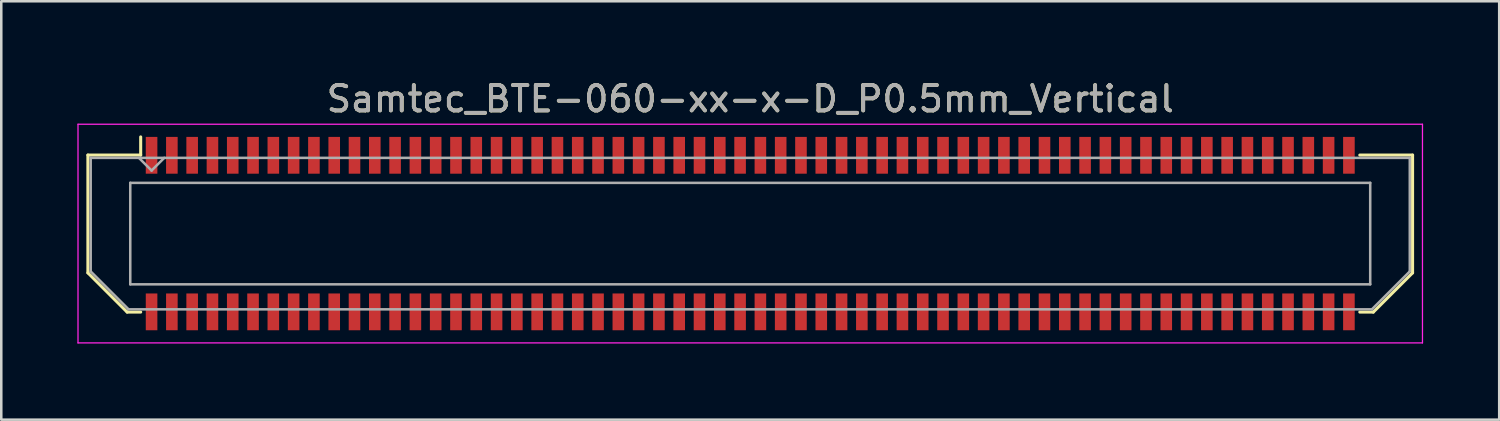
<source format=kicad_pcb>
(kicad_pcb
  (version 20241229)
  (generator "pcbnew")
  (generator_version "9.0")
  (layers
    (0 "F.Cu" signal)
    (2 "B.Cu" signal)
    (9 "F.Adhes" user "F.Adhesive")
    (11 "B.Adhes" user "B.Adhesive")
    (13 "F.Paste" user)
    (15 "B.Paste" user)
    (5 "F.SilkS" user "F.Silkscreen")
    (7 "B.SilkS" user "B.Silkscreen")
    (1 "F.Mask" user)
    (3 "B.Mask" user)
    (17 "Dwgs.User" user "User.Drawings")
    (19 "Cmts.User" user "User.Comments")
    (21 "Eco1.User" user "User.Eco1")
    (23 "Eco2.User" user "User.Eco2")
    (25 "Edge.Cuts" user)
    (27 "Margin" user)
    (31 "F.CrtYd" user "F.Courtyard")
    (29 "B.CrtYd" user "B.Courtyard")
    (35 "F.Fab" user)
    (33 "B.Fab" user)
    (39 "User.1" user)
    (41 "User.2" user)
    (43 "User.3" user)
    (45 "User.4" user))
  (footprint "Samtec_BTE-060-xx-x-D_P0.5mm_Vertical"
    (layer "F.Cu")
    (at 26.525 6.158)
    (property "Reference" "Samtec_BTE-060-xx-x-D_P0.5mm_Vertical" (at 0 -5.31 0) (layer "F.SilkS") (effects (font (size 1 1) (thickness 0.15))))
    (attr smd)
    (fp_line (start -26.11 -3.095) (end -26.11 1.548) (stroke (width 0.12) (type solid)) (layer "F.SilkS"))
    (fp_line (start -26.11 1.548) (end -24.562 3.095) (stroke (width 0.12) (type solid)) (layer "F.SilkS"))
    (fp_line (start -24.562 3.095) (end -24.029 3.095) (stroke (width 0.12) (type solid)) (layer "F.SilkS"))
    (fp_line (start -24.029 -3.811) (end -24.029 -3.095) (stroke (width 0.12) (type solid)) (layer "F.SilkS"))
    (fp_line (start -24.029 -3.095) (end -26.11 -3.095) (stroke (width 0.12) (type solid)) (layer "F.SilkS"))
    (fp_line (start 24.029 -3.095) (end 26.11 -3.095) (stroke (width 0.12) (type solid)) (layer "F.SilkS"))
    (fp_line (start 24.562 3.095) (end 24.029 3.095) (stroke (width 0.12) (type solid)) (layer "F.SilkS"))
    (fp_line (start 26.11 -3.095) (end 26.11 1.548) (stroke (width 0.12) (type solid)) (layer "F.SilkS"))
    (fp_line (start 26.11 1.548) (end 24.562 3.095) (stroke (width 0.12) (type solid)) (layer "F.SilkS"))
    (fp_line (start -26.5 -4.31) (end -26.5 4.31) (stroke (width 0.05) (type solid)) (layer "F.CrtYd"))
    (fp_line (start -26.5 4.31) (end 26.5 4.31) (stroke (width 0.05) (type solid)) (layer "F.CrtYd"))
    (fp_line (start 26.5 -4.31) (end -26.5 -4.31) (stroke (width 0.05) (type solid)) (layer "F.CrtYd"))
    (fp_line (start 26.5 4.31) (end 26.5 -4.31) (stroke (width 0.05) (type solid)) (layer "F.CrtYd"))
    (fp_line (start -26 -2.985) (end -26 1.492) (stroke (width 0.1) (type solid)) (layer "F.Fab"))
    (fp_line (start -26 -2.985) (end 26 -2.985) (stroke (width 0.1) (type solid)) (layer "F.Fab"))
    (fp_line (start -26 1.492) (end -24.508 2.985) (stroke (width 0.1) (type solid)) (layer "F.Fab"))
    (fp_line (start -24.508 2.985) (end 24.508 2.985) (stroke (width 0.1) (type solid)) (layer "F.Fab"))
    (fp_line (start -24.44 -2) (end -24.44 2) (stroke (width 0.1) (type solid)) (layer "F.Fab"))
    (fp_line (start -24.44 2) (end 24.44 2) (stroke (width 0.1) (type solid)) (layer "F.Fab"))
    (fp_line (start -23.6 -2.485) (end -24.1 -2.985) (stroke (width 0.1) (type solid)) (layer "F.Fab"))
    (fp_line (start -23.1 -2.985) (end -23.6 -2.485) (stroke (width 0.1) (type solid)) (layer "F.Fab"))
    (fp_line (start 24.44 -2) (end -24.44 -2) (stroke (width 0.1) (type solid)) (layer "F.Fab"))
    (fp_line (start 24.44 2) (end 24.44 -2) (stroke (width 0.1) (type solid)) (layer "F.Fab"))
    (fp_line (start 26 -2.985) (end 26 1.492) (stroke (width 0.1) (type solid)) (layer "F.Fab"))
    (fp_line (start 26 1.492) (end 24.508 2.985) (stroke (width 0.1) (type solid)) (layer "F.Fab"))
    (fp_text user "${REFERENCE}" (at 0 -5.31 0) (layer "F.Fab") (effects (font (size 1 1) (thickness 0.15))))
    (pad "1" smd rect (at -23.6 -3.086) (size 0.457 1.45) (layers "F.Cu" "F.Mask" "F.Paste"))
    (pad "2" smd rect (at -23.6 3.086) (size 0.457 1.45) (layers "F.Cu" "F.Mask" "F.Paste"))
    (pad "3" smd rect (at -22.8 -3.086) (size 0.457 1.45) (layers "F.Cu" "F.Mask" "F.Paste"))
    (pad "4" smd rect (at -22.8 3.086) (size 0.457 1.45) (layers "F.Cu" "F.Mask" "F.Paste"))
    (pad "5" smd rect (at -22 -3.086) (size 0.457 1.45) (layers "F.Cu" "F.Mask" "F.Paste"))
    (pad "6" smd rect (at -22 3.086) (size 0.457 1.45) (layers "F.Cu" "F.Mask" "F.Paste"))
    (pad "7" smd rect (at -21.2 -3.086) (size 0.457 1.45) (layers "F.Cu" "F.Mask" "F.Paste"))
    (pad "8" smd rect (at -21.2 3.086) (size 0.457 1.45) (layers "F.Cu" "F.Mask" "F.Paste"))
    (pad "9" smd rect (at -20.4 -3.086) (size 0.457 1.45) (layers "F.Cu" "F.Mask" "F.Paste"))
    (pad "10" smd rect (at -20.4 3.086) (size 0.457 1.45) (layers "F.Cu" "F.Mask" "F.Paste"))
    (pad "11" smd rect (at -19.6 -3.086) (size 0.457 1.45) (layers "F.Cu" "F.Mask" "F.Paste"))
    (pad "12" smd rect (at -19.6 3.086) (size 0.457 1.45) (layers "F.Cu" "F.Mask" "F.Paste"))
    (pad "13" smd rect (at -18.8 -3.086) (size 0.457 1.45) (layers "F.Cu" "F.Mask" "F.Paste"))
    (pad "14" smd rect (at -18.8 3.086) (size 0.457 1.45) (layers "F.Cu" "F.Mask" "F.Paste"))
    (pad "15" smd rect (at -18 -3.086) (size 0.457 1.45) (layers "F.Cu" "F.Mask" "F.Paste"))
    (pad "16" smd rect (at -18 3.086) (size 0.457 1.45) (layers "F.Cu" "F.Mask" "F.Paste"))
    (pad "17" smd rect (at -17.2 -3.086) (size 0.457 1.45) (layers "F.Cu" "F.Mask" "F.Paste"))
    (pad "18" smd rect (at -17.2 3.086) (size 0.457 1.45) (layers "F.Cu" "F.Mask" "F.Paste"))
    (pad "19" smd rect (at -16.4 -3.086) (size 0.457 1.45) (layers "F.Cu" "F.Mask" "F.Paste"))
    (pad "20" smd rect (at -16.4 3.086) (size 0.457 1.45) (layers "F.Cu" "F.Mask" "F.Paste"))
    (pad "21" smd rect (at -15.6 -3.086) (size 0.457 1.45) (layers "F.Cu" "F.Mask" "F.Paste"))
    (pad "22" smd rect (at -15.6 3.086) (size 0.457 1.45) (layers "F.Cu" "F.Mask" "F.Paste"))
    (pad "23" smd rect (at -14.8 -3.086) (size 0.457 1.45) (layers "F.Cu" "F.Mask" "F.Paste"))
    (pad "24" smd rect (at -14.8 3.086) (size 0.457 1.45) (layers "F.Cu" "F.Mask" "F.Paste"))
    (pad "25" smd rect (at -14 -3.086) (size 0.457 1.45) (layers "F.Cu" "F.Mask" "F.Paste"))
    (pad "26" smd rect (at -14 3.086) (size 0.457 1.45) (layers "F.Cu" "F.Mask" "F.Paste"))
    (pad "27" smd rect (at -13.2 -3.086) (size 0.457 1.45) (layers "F.Cu" "F.Mask" "F.Paste"))
    (pad "28" smd rect (at -13.2 3.086) (size 0.457 1.45) (layers "F.Cu" "F.Mask" "F.Paste"))
    (pad "29" smd rect (at -12.4 -3.086) (size 0.457 1.45) (layers "F.Cu" "F.Mask" "F.Paste"))
    (pad "30" smd rect (at -12.4 3.086) (size 0.457 1.45) (layers "F.Cu" "F.Mask" "F.Paste"))
    (pad "31" smd rect (at -11.6 -3.086) (size 0.457 1.45) (layers "F.Cu" "F.Mask" "F.Paste"))
    (pad "32" smd rect (at -11.6 3.086) (size 0.457 1.45) (layers "F.Cu" "F.Mask" "F.Paste"))
    (pad "33" smd rect (at -10.8 -3.086) (size 0.457 1.45) (layers "F.Cu" "F.Mask" "F.Paste"))
    (pad "34" smd rect (at -10.8 3.086) (size 0.457 1.45) (layers "F.Cu" "F.Mask" "F.Paste"))
    (pad "35" smd rect (at -10 -3.086) (size 0.457 1.45) (layers "F.Cu" "F.Mask" "F.Paste"))
    (pad "36" smd rect (at -10 3.086) (size 0.457 1.45) (layers "F.Cu" "F.Mask" "F.Paste"))
    (pad "37" smd rect (at -9.2 -3.086) (size 0.457 1.45) (layers "F.Cu" "F.Mask" "F.Paste"))
    (pad "38" smd rect (at -9.2 3.086) (size 0.457 1.45) (layers "F.Cu" "F.Mask" "F.Paste"))
    (pad "39" smd rect (at -8.4 -3.086) (size 0.457 1.45) (layers "F.Cu" "F.Mask" "F.Paste"))
    (pad "40" smd rect (at -8.4 3.086) (size 0.457 1.45) (layers "F.Cu" "F.Mask" "F.Paste"))
    (pad "41" smd rect (at -7.6 -3.086) (size 0.457 1.45) (layers "F.Cu" "F.Mask" "F.Paste"))
    (pad "42" smd rect (at -7.6 3.086) (size 0.457 1.45) (layers "F.Cu" "F.Mask" "F.Paste"))
    (pad "43" smd rect (at -6.8 -3.086) (size 0.457 1.45) (layers "F.Cu" "F.Mask" "F.Paste"))
    (pad "44" smd rect (at -6.8 3.086) (size 0.457 1.45) (layers "F.Cu" "F.Mask" "F.Paste"))
    (pad "45" smd rect (at -6 -3.086) (size 0.457 1.45) (layers "F.Cu" "F.Mask" "F.Paste"))
    (pad "46" smd rect (at -6 3.086) (size 0.457 1.45) (layers "F.Cu" "F.Mask" "F.Paste"))
    (pad "47" smd rect (at -5.2 -3.086) (size 0.457 1.45) (layers "F.Cu" "F.Mask" "F.Paste"))
    (pad "48" smd rect (at -5.2 3.086) (size 0.457 1.45) (layers "F.Cu" "F.Mask" "F.Paste"))
    (pad "49" smd rect (at -4.4 -3.086) (size 0.457 1.45) (layers "F.Cu" "F.Mask" "F.Paste"))
    (pad "50" smd rect (at -4.4 3.086) (size 0.457 1.45) (layers "F.Cu" "F.Mask" "F.Paste"))
    (pad "51" smd rect (at -3.6 -3.086) (size 0.457 1.45) (layers "F.Cu" "F.Mask" "F.Paste"))
    (pad "52" smd rect (at -3.6 3.086) (size 0.457 1.45) (layers "F.Cu" "F.Mask" "F.Paste"))
    (pad "53" smd rect (at -2.8 -3.086) (size 0.457 1.45) (layers "F.Cu" "F.Mask" "F.Paste"))
    (pad "54" smd rect (at -2.8 3.086) (size 0.457 1.45) (layers "F.Cu" "F.Mask" "F.Paste"))
    (pad "55" smd rect (at -2 -3.086) (size 0.457 1.45) (layers "F.Cu" "F.Mask" "F.Paste"))
    (pad "56" smd rect (at -2 3.086) (size 0.457 1.45) (layers "F.Cu" "F.Mask" "F.Paste"))
    (pad "57" smd rect (at -1.2 -3.086) (size 0.457 1.45) (layers "F.Cu" "F.Mask" "F.Paste"))
    (pad "58" smd rect (at -1.2 3.086) (size 0.457 1.45) (layers "F.Cu" "F.Mask" "F.Paste"))
    (pad "59" smd rect (at -0.4 -3.086) (size 0.457 1.45) (layers "F.Cu" "F.Mask" "F.Paste"))
    (pad "60" smd rect (at -0.4 3.086) (size 0.457 1.45) (layers "F.Cu" "F.Mask" "F.Paste"))
    (pad "61" smd rect (at 0.4 -3.086) (size 0.457 1.45) (layers "F.Cu" "F.Mask" "F.Paste"))
    (pad "62" smd rect (at 0.4 3.086) (size 0.457 1.45) (layers "F.Cu" "F.Mask" "F.Paste"))
    (pad "63" smd rect (at 1.2 -3.086) (size 0.457 1.45) (layers "F.Cu" "F.Mask" "F.Paste"))
    (pad "64" smd rect (at 1.2 3.086) (size 0.457 1.45) (layers "F.Cu" "F.Mask" "F.Paste"))
    (pad "65" smd rect (at 2 -3.086) (size 0.457 1.45) (layers "F.Cu" "F.Mask" "F.Paste"))
    (pad "66" smd rect (at 2 3.086) (size 0.457 1.45) (layers "F.Cu" "F.Mask" "F.Paste"))
    (pad "67" smd rect (at 2.8 -3.086) (size 0.457 1.45) (layers "F.Cu" "F.Mask" "F.Paste"))
    (pad "68" smd rect (at 2.8 3.086) (size 0.457 1.45) (layers "F.Cu" "F.Mask" "F.Paste"))
    (pad "69" smd rect (at 3.6 -3.086) (size 0.457 1.45) (layers "F.Cu" "F.Mask" "F.Paste"))
    (pad "70" smd rect (at 3.6 3.086) (size 0.457 1.45) (layers "F.Cu" "F.Mask" "F.Paste"))
    (pad "71" smd rect (at 4.4 -3.086) (size 0.457 1.45) (layers "F.Cu" "F.Mask" "F.Paste"))
    (pad "72" smd rect (at 4.4 3.086) (size 0.457 1.45) (layers "F.Cu" "F.Mask" "F.Paste"))
    (pad "73" smd rect (at 5.2 -3.086) (size 0.457 1.45) (layers "F.Cu" "F.Mask" "F.Paste"))
    (pad "74" smd rect (at 5.2 3.086) (size 0.457 1.45) (layers "F.Cu" "F.Mask" "F.Paste"))
    (pad "75" smd rect (at 6 -3.086) (size 0.457 1.45) (layers "F.Cu" "F.Mask" "F.Paste"))
    (pad "76" smd rect (at 6 3.086) (size 0.457 1.45) (layers "F.Cu" "F.Mask" "F.Paste"))
    (pad "77" smd rect (at 6.8 -3.086) (size 0.457 1.45) (layers "F.Cu" "F.Mask" "F.Paste"))
    (pad "78" smd rect (at 6.8 3.086) (size 0.457 1.45) (layers "F.Cu" "F.Mask" "F.Paste"))
    (pad "79" smd rect (at 7.6 -3.086) (size 0.457 1.45) (layers "F.Cu" "F.Mask" "F.Paste"))
    (pad "80" smd rect (at 7.6 3.086) (size 0.457 1.45) (layers "F.Cu" "F.Mask" "F.Paste"))
    (pad "81" smd rect (at 8.4 -3.086) (size 0.457 1.45) (layers "F.Cu" "F.Mask" "F.Paste"))
    (pad "82" smd rect (at 8.4 3.086) (size 0.457 1.45) (layers "F.Cu" "F.Mask" "F.Paste"))
    (pad "83" smd rect (at 9.2 -3.086) (size 0.457 1.45) (layers "F.Cu" "F.Mask" "F.Paste"))
    (pad "84" smd rect (at 9.2 3.086) (size 0.457 1.45) (layers "F.Cu" "F.Mask" "F.Paste"))
    (pad "85" smd rect (at 10 -3.086) (size 0.457 1.45) (layers "F.Cu" "F.Mask" "F.Paste"))
    (pad "86" smd rect (at 10 3.086) (size 0.457 1.45) (layers "F.Cu" "F.Mask" "F.Paste"))
    (pad "87" smd rect (at 10.8 -3.086) (size 0.457 1.45) (layers "F.Cu" "F.Mask" "F.Paste"))
    (pad "88" smd rect (at 10.8 3.086) (size 0.457 1.45) (layers "F.Cu" "F.Mask" "F.Paste"))
    (pad "89" smd rect (at 11.6 -3.086) (size 0.457 1.45) (layers "F.Cu" "F.Mask" "F.Paste"))
    (pad "90" smd rect (at 11.6 3.086) (size 0.457 1.45) (layers "F.Cu" "F.Mask" "F.Paste"))
    (pad "91" smd rect (at 12.4 -3.086) (size 0.457 1.45) (layers "F.Cu" "F.Mask" "F.Paste"))
    (pad "92" smd rect (at 12.4 3.086) (size 0.457 1.45) (layers "F.Cu" "F.Mask" "F.Paste"))
    (pad "93" smd rect (at 13.2 -3.086) (size 0.457 1.45) (layers "F.Cu" "F.Mask" "F.Paste"))
    (pad "94" smd rect (at 13.2 3.086) (size 0.457 1.45) (layers "F.Cu" "F.Mask" "F.Paste"))
    (pad "95" smd rect (at 14 -3.086) (size 0.457 1.45) (layers "F.Cu" "F.Mask" "F.Paste"))
    (pad "96" smd rect (at 14 3.086) (size 0.457 1.45) (layers "F.Cu" "F.Mask" "F.Paste"))
    (pad "97" smd rect (at 14.8 -3.086) (size 0.457 1.45) (layers "F.Cu" "F.Mask" "F.Paste"))
    (pad "98" smd rect (at 14.8 3.086) (size 0.457 1.45) (layers "F.Cu" "F.Mask" "F.Paste"))
    (pad "99" smd rect (at 15.6 -3.086) (size 0.457 1.45) (layers "F.Cu" "F.Mask" "F.Paste"))
    (pad "100" smd rect (at 15.6 3.086) (size 0.457 1.45) (layers "F.Cu" "F.Mask" "F.Paste"))
    (pad "101" smd rect (at 16.4 -3.086) (size 0.457 1.45) (layers "F.Cu" "F.Mask" "F.Paste"))
    (pad "102" smd rect (at 16.4 3.086) (size 0.457 1.45) (layers "F.Cu" "F.Mask" "F.Paste"))
    (pad "103" smd rect (at 17.2 -3.086) (size 0.457 1.45) (layers "F.Cu" "F.Mask" "F.Paste"))
    (pad "104" smd rect (at 17.2 3.086) (size 0.457 1.45) (layers "F.Cu" "F.Mask" "F.Paste"))
    (pad "105" smd rect (at 18 -3.086) (size 0.457 1.45) (layers "F.Cu" "F.Mask" "F.Paste"))
    (pad "106" smd rect (at 18 3.086) (size 0.457 1.45) (layers "F.Cu" "F.Mask" "F.Paste"))
    (pad "107" smd rect (at 18.8 -3.086) (size 0.457 1.45) (layers "F.Cu" "F.Mask" "F.Paste"))
    (pad "108" smd rect (at 18.8 3.086) (size 0.457 1.45) (layers "F.Cu" "F.Mask" "F.Paste"))
    (pad "109" smd rect (at 19.6 -3.086) (size 0.457 1.45) (layers "F.Cu" "F.Mask" "F.Paste"))
    (pad "110" smd rect (at 19.6 3.086) (size 0.457 1.45) (layers "F.Cu" "F.Mask" "F.Paste"))
    (pad "111" smd rect (at 20.4 -3.086) (size 0.457 1.45) (layers "F.Cu" "F.Mask" "F.Paste"))
    (pad "112" smd rect (at 20.4 3.086) (size 0.457 1.45) (layers "F.Cu" "F.Mask" "F.Paste"))
    (pad "113" smd rect (at 21.2 -3.086) (size 0.457 1.45) (layers "F.Cu" "F.Mask" "F.Paste"))
    (pad "114" smd rect (at 21.2 3.086) (size 0.457 1.45) (layers "F.Cu" "F.Mask" "F.Paste"))
    (pad "115" smd rect (at 22 -3.086) (size 0.457 1.45) (layers "F.Cu" "F.Mask" "F.Paste"))
    (pad "116" smd rect (at 22 3.086) (size 0.457 1.45) (layers "F.Cu" "F.Mask" "F.Paste"))
    (pad "117" smd rect (at 22.8 -3.086) (size 0.457 1.45) (layers "F.Cu" "F.Mask" "F.Paste"))
    (pad "118" smd rect (at 22.8 3.086) (size 0.457 1.45) (layers "F.Cu" "F.Mask" "F.Paste"))
    (pad "119" smd rect (at 23.6 -3.086) (size 0.457 1.45) (layers "F.Cu" "F.Mask" "F.Paste"))
    (pad "120" smd rect (at 23.6 3.086) (size 0.457 1.45) (layers "F.Cu" "F.Mask" "F.Paste")))
  (gr_rect
    (start -3 -3)
    (end 56.05 13.493)
    (stroke (width 0.1) (type default))
    (fill no)
    (layer "Edge.Cuts")))
</source>
